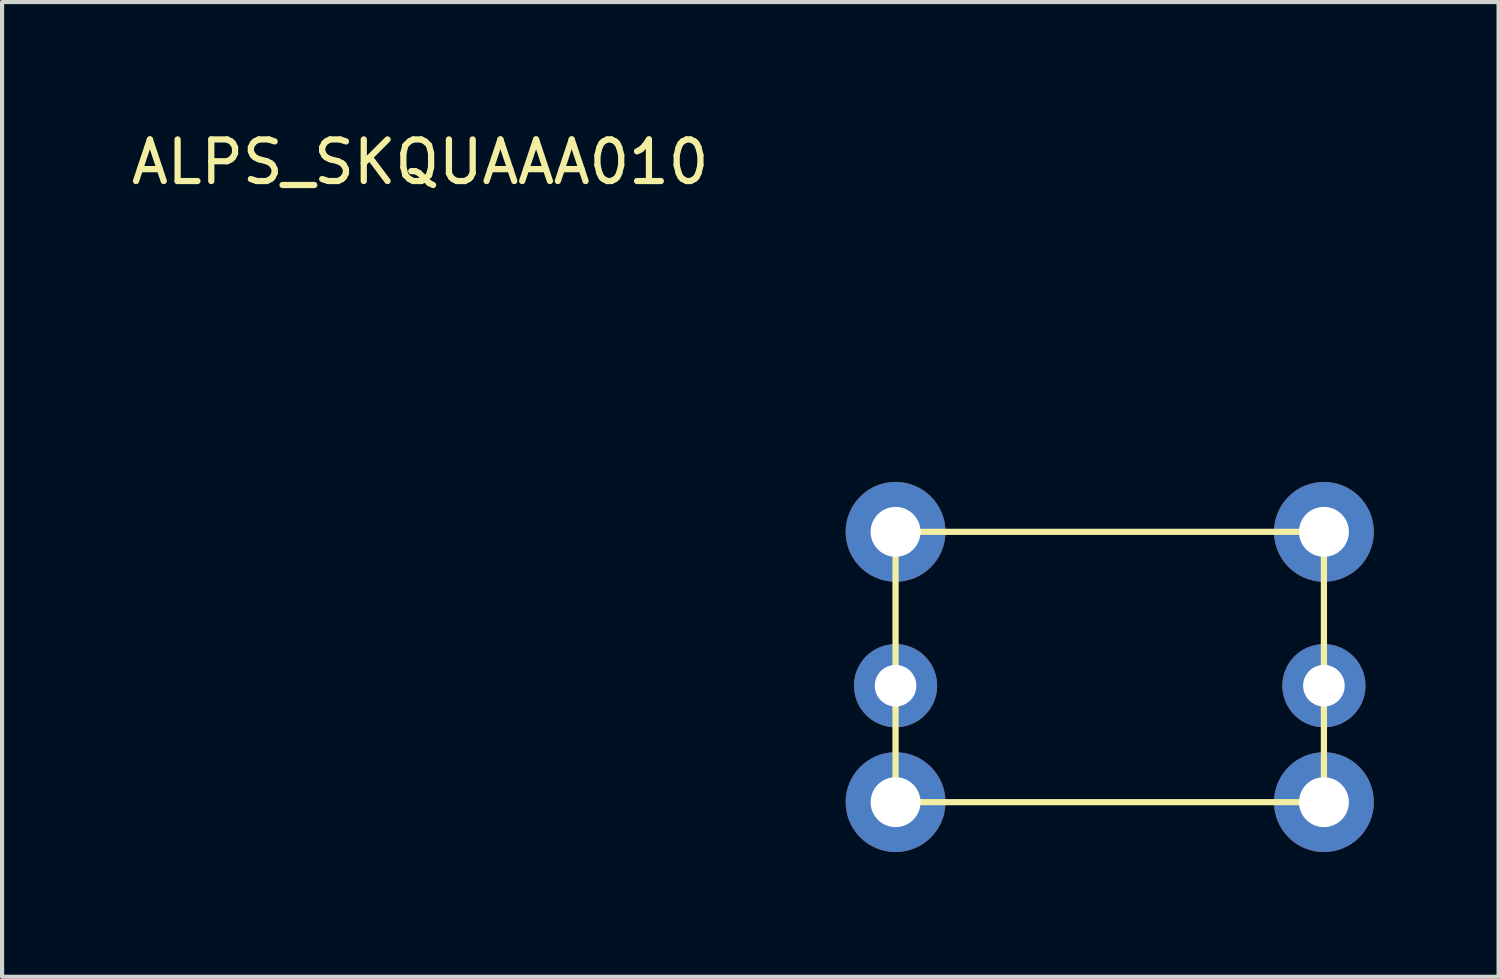
<source format=kicad_pcb>
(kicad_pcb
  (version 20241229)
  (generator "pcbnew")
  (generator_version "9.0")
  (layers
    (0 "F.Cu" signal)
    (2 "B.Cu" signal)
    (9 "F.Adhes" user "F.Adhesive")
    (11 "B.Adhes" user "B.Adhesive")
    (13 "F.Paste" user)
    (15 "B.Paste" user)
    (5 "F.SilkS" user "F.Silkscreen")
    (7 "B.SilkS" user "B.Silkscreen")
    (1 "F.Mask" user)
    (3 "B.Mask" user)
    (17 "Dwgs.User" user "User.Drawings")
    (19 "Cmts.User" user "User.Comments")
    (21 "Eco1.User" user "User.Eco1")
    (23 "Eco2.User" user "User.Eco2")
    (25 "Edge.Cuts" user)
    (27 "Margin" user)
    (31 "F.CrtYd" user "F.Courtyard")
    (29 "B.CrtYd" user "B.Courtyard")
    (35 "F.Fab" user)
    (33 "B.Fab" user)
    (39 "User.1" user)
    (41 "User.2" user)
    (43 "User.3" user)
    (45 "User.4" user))
  (footprint "ALPS_SKQUAAA010"
    (layer "F.Cu")
    (at 18.484 9.738)
    (property "Reference" "ALPS_SKQUAAA010" (at -11.43 -8.89 0) (layer "F.SilkS") (effects (font (size 1 1) (thickness 0.15))))
    (attr through_hole)
    (fp_line (start 0 0) (end 10.3 0) (stroke (width 0.15) (type solid)) (layer "F.SilkS"))
    (fp_line (start 0 6.5) (end 0 0) (stroke (width 0.15) (type solid)) (layer "F.SilkS"))
    (fp_line (start 10.3 0) (end 10.3 6.5) (stroke (width 0.15) (type solid)) (layer "F.SilkS"))
    (fp_line (start 10.3 6.5) (end 0 6.5) (stroke (width 0.15) (type solid)) (layer "F.SilkS"))
    (pad "1" thru_hole circle (at 0 0) (size 2.4 2.4) (drill 1.2) (layers "*.Cu" "*.Mask"))
    (pad "2" thru_hole circle (at 0 3.7) (size 2 2) (drill 1) (layers "*.Cu" "*.Mask"))
    (pad "3" thru_hole circle (at 0 6.5) (size 2.4 2.4) (drill 1.2) (layers "*.Cu" "*.Mask"))
    (pad "4" thru_hole circle (at 10.3 6.5) (size 2.4 2.4) (drill 1.2) (layers "*.Cu" "*.Mask"))
    (pad "5" thru_hole circle (at 10.3 3.7) (size 2 2) (drill 1) (layers "*.Cu" "*.Mask"))
    (pad "6" thru_hole circle (at 10.3 0) (size 2.4 2.4) (drill 1.2) (layers "*.Cu" "*.Mask")))
  (gr_rect
    (start -3 -3)
    (end 32.984 20.438)
    (stroke (width 0.1) (type default))
    (fill no)
    (layer "Edge.Cuts")))
</source>
